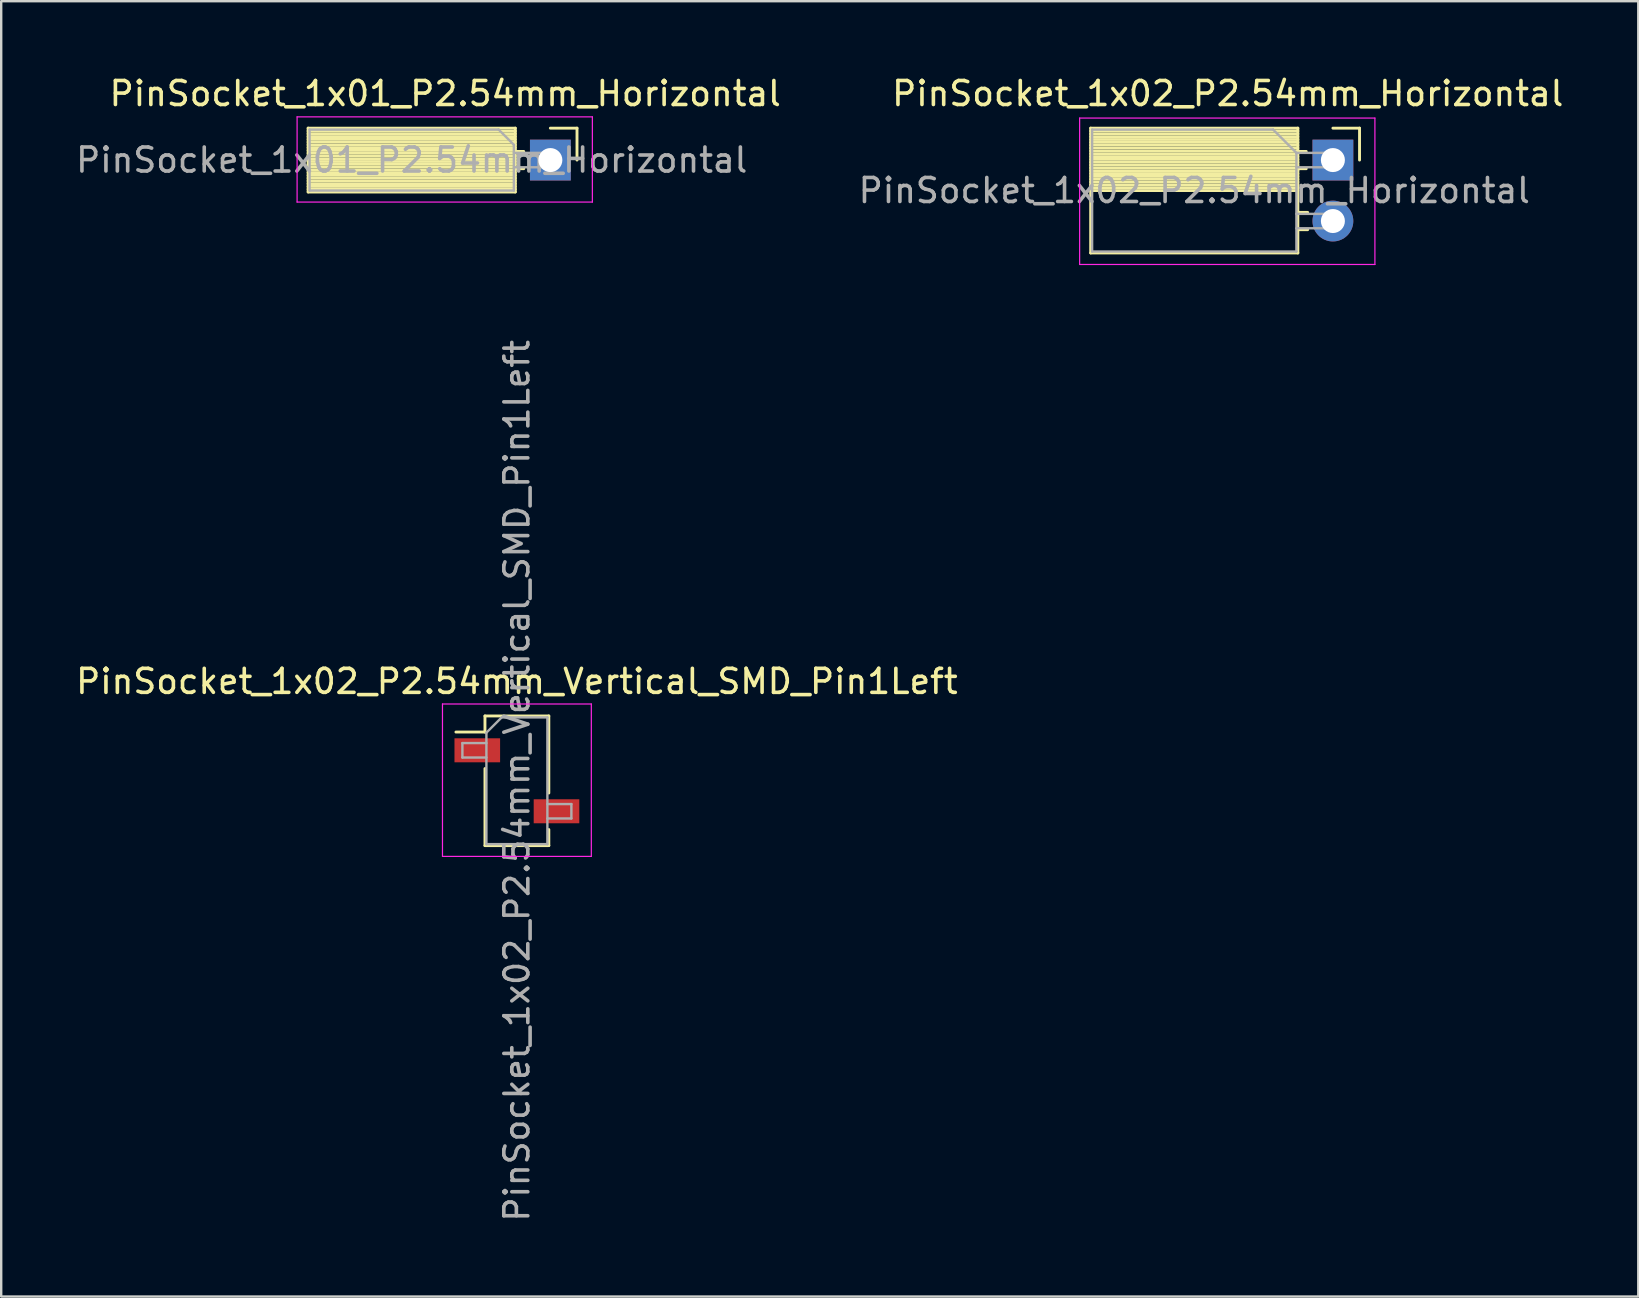
<source format=kicad_pcb>
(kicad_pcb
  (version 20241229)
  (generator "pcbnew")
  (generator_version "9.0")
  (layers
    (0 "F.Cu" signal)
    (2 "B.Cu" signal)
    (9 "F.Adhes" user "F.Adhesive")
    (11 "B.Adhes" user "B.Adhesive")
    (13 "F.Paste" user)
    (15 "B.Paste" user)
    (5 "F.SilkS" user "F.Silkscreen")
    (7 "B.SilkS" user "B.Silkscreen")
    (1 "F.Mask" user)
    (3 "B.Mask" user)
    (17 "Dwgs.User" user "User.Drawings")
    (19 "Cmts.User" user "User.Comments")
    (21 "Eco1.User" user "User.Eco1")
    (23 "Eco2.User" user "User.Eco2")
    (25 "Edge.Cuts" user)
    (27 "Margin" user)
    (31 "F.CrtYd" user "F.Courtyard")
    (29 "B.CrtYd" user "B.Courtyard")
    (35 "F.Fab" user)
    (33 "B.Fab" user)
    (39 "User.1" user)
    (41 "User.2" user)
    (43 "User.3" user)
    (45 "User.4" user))
  (footprint "PinSocket_1x01_P2.54mm_Horizontal"
    (layer "F.Cu")
    (at 19.876 3.618)
    (property "Reference" "PinSocket_1x01_P2.54mm_Horizontal" (at -4.38 -2.77 0) (layer "F.SilkS") (effects (font (size 1 1) (thickness 0.15))))
    (attr through_hole)
    (fp_line (start -10.09 -1.33) (end -10.09 1.33) (stroke (width 0.12) (type solid)) (layer "F.SilkS"))
    (fp_line (start -10.09 -1.33) (end -1.46 -1.33) (stroke (width 0.12) (type solid)) (layer "F.SilkS"))
    (fp_line (start -10.09 -1.21) (end -1.46 -1.21) (stroke (width 0.12) (type solid)) (layer "F.SilkS"))
    (fp_line (start -10.09 -1.095) (end -1.46 -1.095) (stroke (width 0.12) (type solid)) (layer "F.SilkS"))
    (fp_line (start -10.09 -0.979) (end -1.46 -0.979) (stroke (width 0.12) (type solid)) (layer "F.SilkS"))
    (fp_line (start -10.09 -0.864) (end -1.46 -0.864) (stroke (width 0.12) (type solid)) (layer "F.SilkS"))
    (fp_line (start -10.09 -0.748) (end -1.46 -0.748) (stroke (width 0.12) (type solid)) (layer "F.SilkS"))
    (fp_line (start -10.09 -0.633) (end -1.46 -0.633) (stroke (width 0.12) (type solid)) (layer "F.SilkS"))
    (fp_line (start -10.09 -0.517) (end -1.46 -0.517) (stroke (width 0.12) (type solid)) (layer "F.SilkS"))
    (fp_line (start -10.09 -0.402) (end -1.46 -0.402) (stroke (width 0.12) (type solid)) (layer "F.SilkS"))
    (fp_line (start -10.09 -0.286) (end -1.46 -0.286) (stroke (width 0.12) (type solid)) (layer "F.SilkS"))
    (fp_line (start -10.09 -0.171) (end -1.46 -0.171) (stroke (width 0.12) (type solid)) (layer "F.SilkS"))
    (fp_line (start -10.09 -0.055) (end -1.46 -0.055) (stroke (width 0.12) (type solid)) (layer "F.SilkS"))
    (fp_line (start -10.09 0.06) (end -1.46 0.06) (stroke (width 0.12) (type solid)) (layer "F.SilkS"))
    (fp_line (start -10.09 0.175) (end -1.46 0.175) (stroke (width 0.12) (type solid)) (layer "F.SilkS"))
    (fp_line (start -10.09 0.291) (end -1.46 0.291) (stroke (width 0.12) (type solid)) (layer "F.SilkS"))
    (fp_line (start -10.09 0.406) (end -1.46 0.406) (stroke (width 0.12) (type solid)) (layer "F.SilkS"))
    (fp_line (start -10.09 0.522) (end -1.46 0.522) (stroke (width 0.12) (type solid)) (layer "F.SilkS"))
    (fp_line (start -10.09 0.637) (end -1.46 0.637) (stroke (width 0.12) (type solid)) (layer "F.SilkS"))
    (fp_line (start -10.09 0.753) (end -1.46 0.753) (stroke (width 0.12) (type solid)) (layer "F.SilkS"))
    (fp_line (start -10.09 0.868) (end -1.46 0.868) (stroke (width 0.12) (type solid)) (layer "F.SilkS"))
    (fp_line (start -10.09 0.984) (end -1.46 0.984) (stroke (width 0.12) (type solid)) (layer "F.SilkS"))
    (fp_line (start -10.09 1.099) (end -1.46 1.099) (stroke (width 0.12) (type solid)) (layer "F.SilkS"))
    (fp_line (start -10.09 1.215) (end -1.46 1.215) (stroke (width 0.12) (type solid)) (layer "F.SilkS"))
    (fp_line (start -10.09 1.33) (end -1.46 1.33) (stroke (width 0.12) (type solid)) (layer "F.SilkS"))
    (fp_line (start -1.46 -1.33) (end -1.46 1.33) (stroke (width 0.12) (type solid)) (layer "F.SilkS"))
    (fp_line (start -1.46 -0.36) (end -1.11 -0.36) (stroke (width 0.12) (type solid)) (layer "F.SilkS"))
    (fp_line (start -1.46 0.36) (end -1.11 0.36) (stroke (width 0.12) (type solid)) (layer "F.SilkS"))
    (fp_line (start 0 -1.33) (end 1.11 -1.33) (stroke (width 0.12) (type solid)) (layer "F.SilkS"))
    (fp_line (start 1.11 -1.33) (end 1.11 0) (stroke (width 0.12) (type solid)) (layer "F.SilkS"))
    (fp_line (start -10.55 -1.8) (end -10.55 1.75) (stroke (width 0.05) (type solid)) (layer "F.CrtYd"))
    (fp_line (start -10.55 1.75) (end 1.75 1.75) (stroke (width 0.05) (type solid)) (layer "F.CrtYd"))
    (fp_line (start 1.75 -1.8) (end -10.55 -1.8) (stroke (width 0.05) (type solid)) (layer "F.CrtYd"))
    (fp_line (start 1.75 1.75) (end 1.75 -1.8) (stroke (width 0.05) (type solid)) (layer "F.CrtYd"))
    (fp_line (start -10.03 -1.27) (end -2.155 -1.27) (stroke (width 0.1) (type solid)) (layer "F.Fab"))
    (fp_line (start -10.03 1.27) (end -10.03 -1.27) (stroke (width 0.1) (type solid)) (layer "F.Fab"))
    (fp_line (start -2.155 -1.27) (end -1.52 -0.635) (stroke (width 0.1) (type solid)) (layer "F.Fab"))
    (fp_line (start -1.52 -0.635) (end -1.52 1.27) (stroke (width 0.1) (type solid)) (layer "F.Fab"))
    (fp_line (start -1.52 0.3) (end 0 0.3) (stroke (width 0.1) (type solid)) (layer "F.Fab"))
    (fp_line (start -1.52 1.27) (end -10.03 1.27) (stroke (width 0.1) (type solid)) (layer "F.Fab"))
    (fp_line (start 0 -0.3) (end -1.52 -0.3) (stroke (width 0.1) (type solid)) (layer "F.Fab"))
    (fp_line (start 0 0.3) (end 0 -0.3) (stroke (width 0.1) (type solid)) (layer "F.Fab"))
    (fp_text user "${REFERENCE}" (at -5.775 0 0) (layer "F.Fab") (effects (font (size 1 1) (thickness 0.15))))
    (pad "1" thru_hole rect (at 0 0) (size 1.7 1.7) (drill 1) (layers "*.Cu" "*.Mask")))
  (footprint "PinSocket_1x02_P2.54mm_Horizontal"
    (layer "F.Cu")
    (at 52.474 3.618)
    (property "Reference" "PinSocket_1x02_P2.54mm_Horizontal" (at -4.38 -2.77 0) (layer "F.SilkS") (effects (font (size 1 1) (thickness 0.15))))
    (attr through_hole)
    (fp_line (start -10.09 -1.33) (end -10.09 3.87) (stroke (width 0.12) (type solid)) (layer "F.SilkS"))
    (fp_line (start -10.09 -1.33) (end -1.46 -1.33) (stroke (width 0.12) (type solid)) (layer "F.SilkS"))
    (fp_line (start -10.09 -1.21) (end -1.46 -1.21) (stroke (width 0.12) (type solid)) (layer "F.SilkS"))
    (fp_line (start -10.09 -1.092) (end -1.46 -1.092) (stroke (width 0.12) (type solid)) (layer "F.SilkS"))
    (fp_line (start -10.09 -0.974) (end -1.46 -0.974) (stroke (width 0.12) (type solid)) (layer "F.SilkS"))
    (fp_line (start -10.09 -0.856) (end -1.46 -0.856) (stroke (width 0.12) (type solid)) (layer "F.SilkS"))
    (fp_line (start -10.09 -0.738) (end -1.46 -0.738) (stroke (width 0.12) (type solid)) (layer "F.SilkS"))
    (fp_line (start -10.09 -0.62) (end -1.46 -0.62) (stroke (width 0.12) (type solid)) (layer "F.SilkS"))
    (fp_line (start -10.09 -0.501) (end -1.46 -0.501) (stroke (width 0.12) (type solid)) (layer "F.SilkS"))
    (fp_line (start -10.09 -0.383) (end -1.46 -0.383) (stroke (width 0.12) (type solid)) (layer "F.SilkS"))
    (fp_line (start -10.09 -0.265) (end -1.46 -0.265) (stroke (width 0.12) (type solid)) (layer "F.SilkS"))
    (fp_line (start -10.09 -0.147) (end -1.46 -0.147) (stroke (width 0.12) (type solid)) (layer "F.SilkS"))
    (fp_line (start -10.09 -0.029) (end -1.46 -0.029) (stroke (width 0.12) (type solid)) (layer "F.SilkS"))
    (fp_line (start -10.09 0.089) (end -1.46 0.089) (stroke (width 0.12) (type solid)) (layer "F.SilkS"))
    (fp_line (start -10.09 0.207) (end -1.46 0.207) (stroke (width 0.12) (type solid)) (layer "F.SilkS"))
    (fp_line (start -10.09 0.325) (end -1.46 0.325) (stroke (width 0.12) (type solid)) (layer "F.SilkS"))
    (fp_line (start -10.09 0.443) (end -1.46 0.443) (stroke (width 0.12) (type solid)) (layer "F.SilkS"))
    (fp_line (start -10.09 0.561) (end -1.46 0.561) (stroke (width 0.12) (type solid)) (layer "F.SilkS"))
    (fp_line (start -10.09 0.68) (end -1.46 0.68) (stroke (width 0.12) (type solid)) (layer "F.SilkS"))
    (fp_line (start -10.09 0.798) (end -1.46 0.798) (stroke (width 0.12) (type solid)) (layer "F.SilkS"))
    (fp_line (start -10.09 0.916) (end -1.46 0.916) (stroke (width 0.12) (type solid)) (layer "F.SilkS"))
    (fp_line (start -10.09 1.034) (end -1.46 1.034) (stroke (width 0.12) (type solid)) (layer "F.SilkS"))
    (fp_line (start -10.09 1.152) (end -1.46 1.152) (stroke (width 0.12) (type solid)) (layer "F.SilkS"))
    (fp_line (start -10.09 1.27) (end -1.46 1.27) (stroke (width 0.12) (type solid)) (layer "F.SilkS"))
    (fp_line (start -10.09 3.87) (end -1.46 3.87) (stroke (width 0.12) (type solid)) (layer "F.SilkS"))
    (fp_line (start -1.46 -1.33) (end -1.46 3.87) (stroke (width 0.12) (type solid)) (layer "F.SilkS"))
    (fp_line (start -1.46 -0.36) (end -1.11 -0.36) (stroke (width 0.12) (type solid)) (layer "F.SilkS"))
    (fp_line (start -1.46 0.36) (end -1.11 0.36) (stroke (width 0.12) (type solid)) (layer "F.SilkS"))
    (fp_line (start -1.46 2.18) (end -1.05 2.18) (stroke (width 0.12) (type solid)) (layer "F.SilkS"))
    (fp_line (start -1.46 2.9) (end -1.05 2.9) (stroke (width 0.12) (type solid)) (layer "F.SilkS"))
    (fp_line (start 0 -1.33) (end 1.11 -1.33) (stroke (width 0.12) (type solid)) (layer "F.SilkS"))
    (fp_line (start 1.11 -1.33) (end 1.11 0) (stroke (width 0.12) (type solid)) (layer "F.SilkS"))
    (fp_line (start -10.55 -1.75) (end -10.55 4.35) (stroke (width 0.05) (type solid)) (layer "F.CrtYd"))
    (fp_line (start -10.55 4.35) (end 1.75 4.35) (stroke (width 0.05) (type solid)) (layer "F.CrtYd"))
    (fp_line (start 1.75 -1.75) (end -10.55 -1.75) (stroke (width 0.05) (type solid)) (layer "F.CrtYd"))
    (fp_line (start 1.75 4.35) (end 1.75 -1.75) (stroke (width 0.05) (type solid)) (layer "F.CrtYd"))
    (fp_line (start -10.03 -1.27) (end -2.49 -1.27) (stroke (width 0.1) (type solid)) (layer "F.Fab"))
    (fp_line (start -10.03 3.81) (end -10.03 -1.27) (stroke (width 0.1) (type solid)) (layer "F.Fab"))
    (fp_line (start -2.49 -1.27) (end -1.52 -0.3) (stroke (width 0.1) (type solid)) (layer "F.Fab"))
    (fp_line (start -1.52 -0.3) (end -1.52 3.81) (stroke (width 0.1) (type solid)) (layer "F.Fab"))
    (fp_line (start -1.52 0.3) (end 0 0.3) (stroke (width 0.1) (type solid)) (layer "F.Fab"))
    (fp_line (start -1.52 2.84) (end 0 2.84) (stroke (width 0.1) (type solid)) (layer "F.Fab"))
    (fp_line (start -1.52 3.81) (end -10.03 3.81) (stroke (width 0.1) (type solid)) (layer "F.Fab"))
    (fp_line (start 0 -0.3) (end -1.52 -0.3) (stroke (width 0.1) (type solid)) (layer "F.Fab"))
    (fp_line (start 0 0.3) (end 0 -0.3) (stroke (width 0.1) (type solid)) (layer "F.Fab"))
    (fp_line (start 0 2.24) (end -1.52 2.24) (stroke (width 0.1) (type solid)) (layer "F.Fab"))
    (fp_line (start 0 2.84) (end 0 2.24) (stroke (width 0.1) (type solid)) (layer "F.Fab"))
    (fp_text user "${REFERENCE}" (at -5.775 1.27 0) (layer "F.Fab") (effects (font (size 1 1) (thickness 0.15))))
    (pad "1" thru_hole rect (at 0 0) (size 1.7 1.7) (drill 1) (layers "*.Cu" "*.Mask"))
    (pad "2" thru_hole oval (at 0 2.54) (size 1.7 1.7) (drill 1) (layers "*.Cu" "*.Mask")))
  (footprint "PinSocket_1x02_P2.54mm_Vertical_SMD_Pin1Left"
    (layer "F.Cu")
    (at 18.482 29.475)
    (property "Reference" "PinSocket_1x02_P2.54mm_Vertical_SMD_Pin1Left" (at 0 -4.14 0) (layer "F.SilkS") (effects (font (size 1 1) (thickness 0.15))))
    (attr smd)
    (fp_line (start -2.54 -2.03) (end -1.33 -2.03) (stroke (width 0.12) (type solid)) (layer "F.SilkS"))
    (fp_line (start -1.33 -2.7) (end -1.33 -2.03) (stroke (width 0.12) (type solid)) (layer "F.SilkS"))
    (fp_line (start -1.33 -2.7) (end 1.33 -2.7) (stroke (width 0.12) (type solid)) (layer "F.SilkS"))
    (fp_line (start -1.33 -0.51) (end -1.33 2.7) (stroke (width 0.12) (type solid)) (layer "F.SilkS"))
    (fp_line (start -1.33 2.7) (end 1.33 2.7) (stroke (width 0.12) (type solid)) (layer "F.SilkS"))
    (fp_line (start 1.33 -2.7) (end 1.33 0.51) (stroke (width 0.12) (type solid)) (layer "F.SilkS"))
    (fp_line (start 1.33 2.03) (end 1.33 2.7) (stroke (width 0.12) (type solid)) (layer "F.SilkS"))
    (fp_line (start -3.1 -3.2) (end 3.1 -3.2) (stroke (width 0.05) (type solid)) (layer "F.CrtYd"))
    (fp_line (start -3.1 3.15) (end -3.1 -3.2) (stroke (width 0.05) (type solid)) (layer "F.CrtYd"))
    (fp_line (start 3.1 -3.2) (end 3.1 3.15) (stroke (width 0.05) (type solid)) (layer "F.CrtYd"))
    (fp_line (start 3.1 3.15) (end -3.1 3.15) (stroke (width 0.05) (type solid)) (layer "F.CrtYd"))
    (fp_line (start -2.27 -1.57) (end -1.27 -1.57) (stroke (width 0.1) (type solid)) (layer "F.Fab"))
    (fp_line (start -2.27 -0.97) (end -2.27 -1.57) (stroke (width 0.1) (type solid)) (layer "F.Fab"))
    (fp_line (start -1.27 -2.005) (end -0.635 -2.64) (stroke (width 0.1) (type solid)) (layer "F.Fab"))
    (fp_line (start -1.27 -0.97) (end -2.27 -0.97) (stroke (width 0.1) (type solid)) (layer "F.Fab"))
    (fp_line (start -1.27 2.64) (end -1.27 -2.005) (stroke (width 0.1) (type solid)) (layer "F.Fab"))
    (fp_line (start -0.635 -2.64) (end 1.27 -2.64) (stroke (width 0.1) (type solid)) (layer "F.Fab"))
    (fp_line (start 1.27 -2.64) (end 1.27 2.64) (stroke (width 0.1) (type solid)) (layer "F.Fab"))
    (fp_line (start 1.27 0.97) (end 2.27 0.97) (stroke (width 0.1) (type solid)) (layer "F.Fab"))
    (fp_line (start 1.27 2.64) (end -1.27 2.64) (stroke (width 0.1) (type solid)) (layer "F.Fab"))
    (fp_line (start 2.27 0.97) (end 2.27 1.57) (stroke (width 0.1) (type solid)) (layer "F.Fab"))
    (fp_line (start 2.27 1.57) (end 1.27 1.57) (stroke (width 0.1) (type solid)) (layer "F.Fab"))
    (fp_text user "${REFERENCE}" (at 0 0 90) (layer "F.Fab") (effects (font (size 1 1) (thickness 0.15))))
    (pad "1" smd rect (at -1.65 -1.27) (size 1.9 1) (layers "F.Cu" "F.Mask" "F.Paste"))
    (pad "2" smd rect (at 1.65 1.27) (size 1.9 1) (layers "F.Cu" "F.Mask" "F.Paste")))
  (gr_rect
    (start -3 -3)
    (end 65.195 50.958)
    (stroke (width 0.1) (type default))
    (fill no)
    (layer "Edge.Cuts")))
</source>
